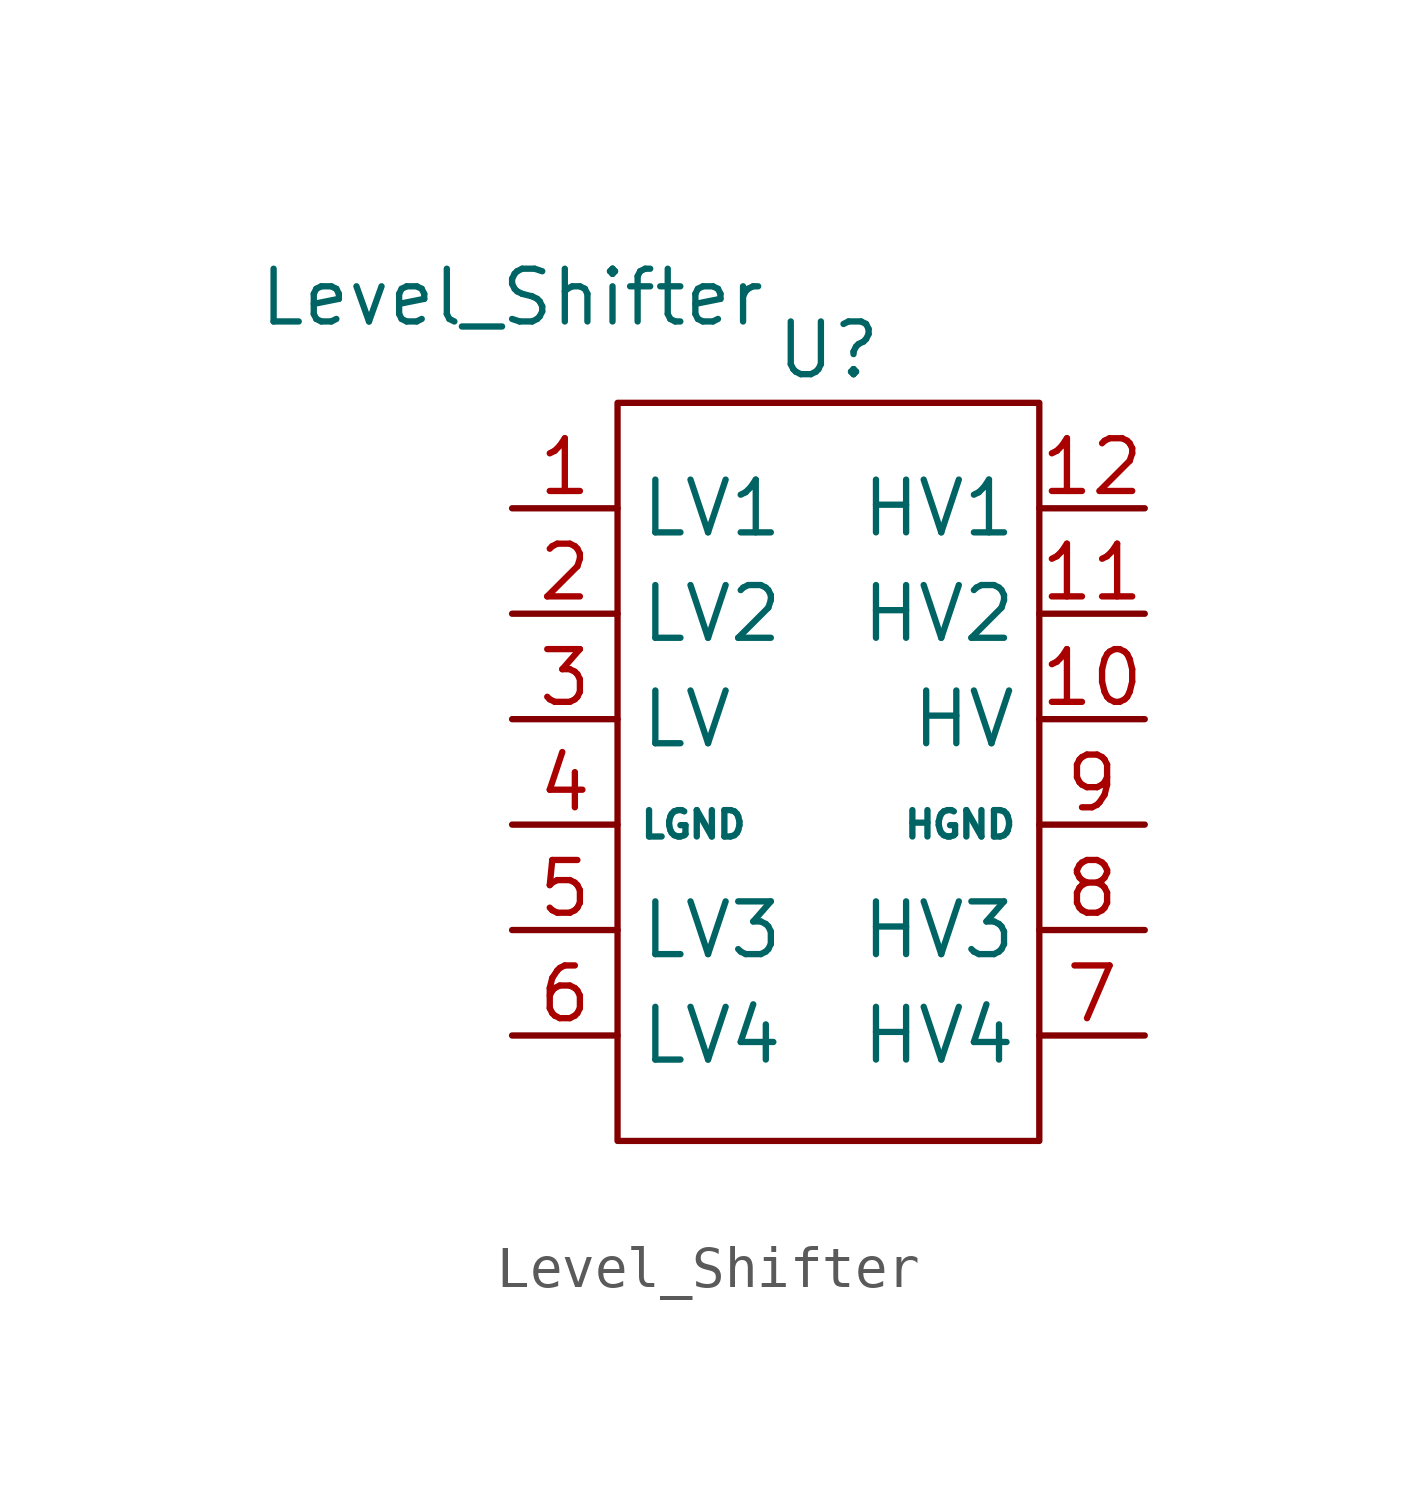
<source format=kicad_sym>
(kicad_symbol_lib
  (version 20211014)
  (generator kicad_symbol_editor)
  (symbol "Level_Shifter"
    (property "Reference" "U"
      (at 0 -1.27 0)
      (effects (font (size 1.27 1.27))))
    (property "Value" "Level_Shifter"
      (at -7.62 0 0)
      (effects (font (size 1.27 1.27))))
    (symbol "Level_Shifter_0_1"
      (rectangle (start -5.08 -2.54) (end 5.08 -20.32) (stroke (width 0.152) (type default) (color 0 0 0 0)) (fill (type none))))
    (symbol "Level_Shifter_1_1"
      (pin bidirectional line (at -7.62 -5.08 0) (length 2.54) (name "LV1" (effects (font (size 1.27 1.27)))) (number "1" (effects (font (size 1.27 1.27)))))
      (pin bidirectional line (at 7.62 -10.16 180) (length 2.54) (name "HV" (effects (font (size 1.27 1.27)))) (number "10" (effects (font (size 1.27 1.27)))))
      (pin bidirectional line (at 7.62 -7.62 180) (length 2.54) (name "HV2" (effects (font (size 1.27 1.27)))) (number "11" (effects (font (size 1.27 1.27)))))
      (pin bidirectional line (at 7.62 -5.08 180) (length 2.54) (name "HV1" (effects (font (size 1.27 1.27)))) (number "12" (effects (font (size 1.27 1.27)))))
      (pin bidirectional line (at -7.62 -7.62 0) (length 2.54) (name "LV2" (effects (font (size 1.27 1.27)))) (number "2" (effects (font (size 1.27 1.27)))))
      (pin bidirectional line (at -7.62 -10.16 0) (length 2.54) (name "LV" (effects (font (size 1.27 1.27)))) (number "3" (effects (font (size 1.27 1.27)))))
      (pin bidirectional line (at -7.62 -12.7 0) (length 2.54) (name "LGND" (effects (font (size 0.635 0.635)))) (number "4" (effects (font (size 1.27 1.27)))))
      (pin bidirectional line (at -7.62 -15.24 0) (length 2.54) (name "LV3" (effects (font (size 1.27 1.27)))) (number "5" (effects (font (size 1.27 1.27)))))
      (pin bidirectional line (at -7.62 -17.78 0) (length 2.54) (name "LV4" (effects (font (size 1.27 1.27)))) (number "6" (effects (font (size 1.27 1.27)))))
      (pin bidirectional line (at 7.62 -17.78 180) (length 2.54) (name "HV4" (effects (font (size 1.27 1.27)))) (number "7" (effects (font (size 1.27 1.27)))))
      (pin bidirectional line (at 7.62 -15.24 180) (length 2.54) (name "HV3" (effects (font (size 1.27 1.27)))) (number "8" (effects (font (size 1.27 1.27)))))
      (pin bidirectional line (at 7.62 -12.7 180) (length 2.54) (name "HGND" (effects (font (size 0.635 0.635)))) (number "9" (effects (font (size 1.27 1.27))))))))
</source>
